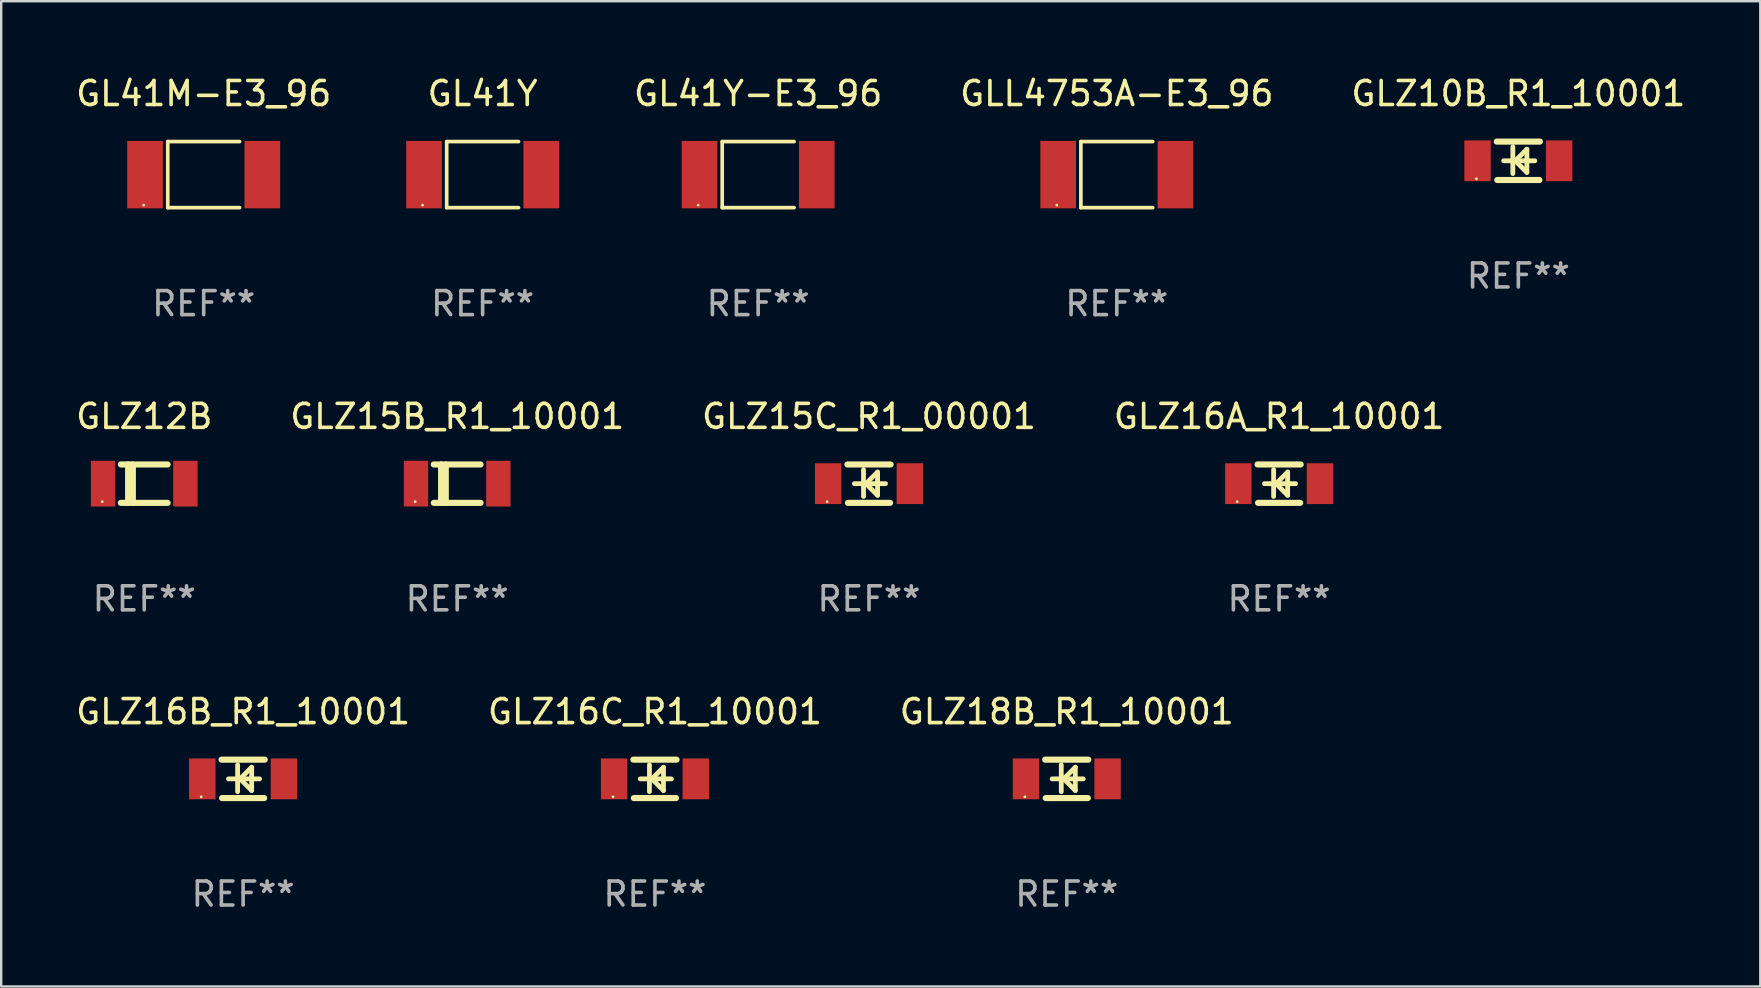
<source format=kicad_pcb>
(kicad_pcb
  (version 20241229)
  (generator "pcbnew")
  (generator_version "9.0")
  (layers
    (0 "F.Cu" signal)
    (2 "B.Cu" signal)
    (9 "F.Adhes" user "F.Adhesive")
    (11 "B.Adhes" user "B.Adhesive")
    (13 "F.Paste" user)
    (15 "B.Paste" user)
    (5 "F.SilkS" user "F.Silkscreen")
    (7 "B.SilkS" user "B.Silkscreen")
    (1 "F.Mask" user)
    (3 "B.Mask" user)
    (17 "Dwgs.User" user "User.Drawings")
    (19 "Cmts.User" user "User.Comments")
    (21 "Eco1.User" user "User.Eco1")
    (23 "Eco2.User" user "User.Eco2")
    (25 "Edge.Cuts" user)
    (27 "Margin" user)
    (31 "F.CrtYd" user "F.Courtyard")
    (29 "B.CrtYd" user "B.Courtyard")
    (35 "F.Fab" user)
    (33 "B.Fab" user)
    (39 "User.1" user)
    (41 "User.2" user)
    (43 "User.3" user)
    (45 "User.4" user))
  (footprint "GLZ15C_R1_00001"
    (layer "F.Cu")
    (at 33.149 17.097)
    (property "Reference" "GLZ15C_R1_00001" (at 0 -2.8 0) (layer "F.SilkS") (effects (font (size 1 1) (thickness 0.15))))
    (attr through_hole)
    (fp_line (start -0.9 -0.8) (end 0.9 -0.8) (stroke (width 0.254) (type solid)) (layer "F.SilkS"))
    (fp_line (start -0.878 0.8) (end 0.878 0.8) (stroke (width 0.254) (type solid)) (layer "F.SilkS"))
    (fp_line (start -0.61 0) (end 0.686 0) (stroke (width 0.2) (type solid)) (layer "F.SilkS"))
    (fp_line (start -0.229 -0.584) (end -0.229 0.533) (stroke (width 0.2) (type solid)) (layer "F.SilkS"))
    (fp_line (start -0.127 0) (end 0.356 -0.483) (stroke (width 0.2) (type solid)) (layer "F.SilkS"))
    (fp_line (start 0.356 -0.483) (end 0.356 0.483) (stroke (width 0.2) (type solid)) (layer "F.SilkS"))
    (fp_line (start 0.356 0.483) (end -0.102 0.025) (stroke (width 0.2) (type solid)) (layer "F.SilkS"))
    (fp_circle (center -1.746 0.75) (end -1.716 0.75) (stroke (width 0.06) (type solid)) (fill no) (layer "F.SilkS"))
    (fp_text user "REF**" (at 0 4.8 0) (layer "F.Fab") (effects (font (size 1 1) (thickness 0.15))))
    (pad "1" smd rect (at -1.7 0 180) (size 1.1 1.7) (layers "F.Cu" "F.Mask" "F.Paste"))
    (pad "2" smd rect (at 1.7 0 180) (size 1.1 1.7) (layers "F.Cu" "F.Mask" "F.Paste")))
  (footprint "GLZ16C_R1_10001"
    (layer "F.Cu")
    (at 24.232 29.394)
    (property "Reference" "GLZ16C_R1_10001" (at 0 -2.8 0) (layer "F.SilkS") (effects (font (size 1 1) (thickness 0.15))))
    (attr through_hole)
    (fp_line (start -0.9 -0.8) (end 0.9 -0.8) (stroke (width 0.254) (type solid)) (layer "F.SilkS"))
    (fp_line (start -0.878 0.8) (end 0.878 0.8) (stroke (width 0.254) (type solid)) (layer "F.SilkS"))
    (fp_line (start -0.61 0) (end 0.686 0) (stroke (width 0.2) (type solid)) (layer "F.SilkS"))
    (fp_line (start -0.229 -0.584) (end -0.229 0.533) (stroke (width 0.2) (type solid)) (layer "F.SilkS"))
    (fp_line (start -0.127 0) (end 0.356 -0.483) (stroke (width 0.2) (type solid)) (layer "F.SilkS"))
    (fp_line (start 0.356 -0.483) (end 0.356 0.483) (stroke (width 0.2) (type solid)) (layer "F.SilkS"))
    (fp_line (start 0.356 0.483) (end -0.102 0.025) (stroke (width 0.2) (type solid)) (layer "F.SilkS"))
    (fp_circle (center -1.746 0.75) (end -1.716 0.75) (stroke (width 0.06) (type solid)) (fill no) (layer "F.SilkS"))
    (fp_text user "REF**" (at 0 4.8 0) (layer "F.Fab") (effects (font (size 1 1) (thickness 0.15))))
    (pad "1" smd rect (at -1.7 0 180) (size 1.1 1.7) (layers "F.Cu" "F.Mask" "F.Paste"))
    (pad "2" smd rect (at 1.7 0 180) (size 1.1 1.7) (layers "F.Cu" "F.Mask" "F.Paste")))
  (footprint "GL41Y"
    (layer "F.Cu")
    (at 17.054 4.224)
    (property "Reference" "GL41Y" (at 0 -3.376 0) (layer "F.SilkS") (effects (font (size 1 1) (thickness 0.15))))
    (attr through_hole)
    (fp_line (start -1.497 -1.376) (end -1.497 1.376) (stroke (width 0.152) (type solid)) (layer "F.SilkS"))
    (fp_line (start -1.497 -1.376) (end 1.497 -1.376) (stroke (width 0.152) (type solid)) (layer "F.SilkS"))
    (fp_line (start -1.497 1.376) (end 1.497 1.376) (stroke (width 0.152) (type solid)) (layer "F.SilkS"))
    (fp_circle (center -2.5 1.27) (end -2.47 1.27) (stroke (width 0.06) (type solid)) (fill no) (layer "F.SilkS"))
    (fp_text user "REF**" (at 0 5.376 0) (layer "F.Fab") (effects (font (size 1 1) (thickness 0.15))))
    (pad "1" smd rect (at -2.442 0 180) (size 1.485 2.808) (layers "F.Cu" "F.Mask" "F.Paste"))
    (pad "2" smd rect (at 2.442 0 180) (size 1.485 2.808) (layers "F.Cu" "F.Mask" "F.Paste")))
  (footprint "GLZ18B_R1_10001"
    (layer "F.Cu")
    (at 41.387 29.394)
    (property "Reference" "GLZ18B_R1_10001" (at 0 -2.8 0) (layer "F.SilkS") (effects (font (size 1 1) (thickness 0.15))))
    (attr through_hole)
    (fp_line (start -0.9 -0.8) (end 0.9 -0.8) (stroke (width 0.254) (type solid)) (layer "F.SilkS"))
    (fp_line (start -0.878 0.8) (end 0.878 0.8) (stroke (width 0.254) (type solid)) (layer "F.SilkS"))
    (fp_line (start -0.61 0) (end 0.686 0) (stroke (width 0.2) (type solid)) (layer "F.SilkS"))
    (fp_line (start -0.229 -0.584) (end -0.229 0.533) (stroke (width 0.2) (type solid)) (layer "F.SilkS"))
    (fp_line (start -0.127 0) (end 0.356 -0.483) (stroke (width 0.2) (type solid)) (layer "F.SilkS"))
    (fp_line (start 0.356 -0.483) (end 0.356 0.483) (stroke (width 0.2) (type solid)) (layer "F.SilkS"))
    (fp_line (start 0.356 0.483) (end -0.102 0.025) (stroke (width 0.2) (type solid)) (layer "F.SilkS"))
    (fp_circle (center -1.746 0.75) (end -1.716 0.75) (stroke (width 0.06) (type solid)) (fill no) (layer "F.SilkS"))
    (fp_text user "REF**" (at 0 4.8 0) (layer "F.Fab") (effects (font (size 1 1) (thickness 0.15))))
    (pad "1" smd rect (at -1.7 0 180) (size 1.1 1.7) (layers "F.Cu" "F.Mask" "F.Paste"))
    (pad "2" smd rect (at 1.7 0 180) (size 1.1 1.7) (layers "F.Cu" "F.Mask" "F.Paste")))
  (footprint "GLZ12B"
    (layer "F.Cu")
    (at 2.958 17.097)
    (property "Reference" "GLZ12B" (at 0 -2.8 0) (layer "F.SilkS") (effects (font (size 1 1) (thickness 0.15))))
    (attr through_hole)
    (fp_line (start -0.975 -0.8) (end 0.975 -0.8) (stroke (width 0.254) (type solid)) (layer "F.SilkS"))
    (fp_line (start -0.975 0.8) (end 0.975 0.8) (stroke (width 0.254) (type solid)) (layer "F.SilkS"))
    (fp_line (start -0.671 -0.8) (end -0.671 0.8) (stroke (width 0.254) (type solid)) (layer "F.SilkS"))
    (fp_line (start -0.474 -0.8) (end -0.474 0.8) (stroke (width 0.254) (type solid)) (layer "F.SilkS"))
    (fp_circle (center -1.75 0.75) (end -1.72 0.75) (stroke (width 0.06) (type solid)) (fill no) (layer "F.SilkS"))
    (fp_text user "REF**" (at 0 4.8 0) (layer "F.Fab") (effects (font (size 1 1) (thickness 0.15))))
    (pad "1" smd rect (at -1.715 0 180) (size 1.016 1.905) (layers "F.Cu" "F.Mask" "F.Paste"))
    (pad "2" smd rect (at 1.715 0 180) (size 1.016 1.905) (layers "F.Cu" "F.Mask" "F.Paste")))
  (footprint "GL41M-E3_96"
    (layer "F.Cu")
    (at 5.435 4.224)
    (property "Reference" "GL41M-E3_96" (at 0 -3.376 0) (layer "F.SilkS") (effects (font (size 1 1) (thickness 0.15))))
    (attr through_hole)
    (fp_line (start -1.497 -1.376) (end -1.497 1.376) (stroke (width 0.152) (type solid)) (layer "F.SilkS"))
    (fp_line (start -1.497 -1.376) (end 1.497 -1.376) (stroke (width 0.152) (type solid)) (layer "F.SilkS"))
    (fp_line (start -1.497 1.376) (end 1.497 1.376) (stroke (width 0.152) (type solid)) (layer "F.SilkS"))
    (fp_circle (center -2.5 1.27) (end -2.47 1.27) (stroke (width 0.06) (type solid)) (fill no) (layer "F.SilkS"))
    (fp_text user "REF**" (at 0 5.376 0) (layer "F.Fab") (effects (font (size 1 1) (thickness 0.15))))
    (pad "1" smd rect (at -2.442 0 180) (size 1.485 2.808) (layers "F.Cu" "F.Mask" "F.Paste"))
    (pad "2" smd rect (at 2.442 0 180) (size 1.485 2.808) (layers "F.Cu" "F.Mask" "F.Paste")))
  (footprint "GLL4753A-E3_96"
    (layer "F.Cu")
    (at 43.471 4.224)
    (property "Reference" "GLL4753A-E3_96" (at 0 -3.376 0) (layer "F.SilkS") (effects (font (size 1 1) (thickness 0.15))))
    (attr through_hole)
    (fp_line (start -1.497 -1.376) (end -1.497 1.376) (stroke (width 0.152) (type solid)) (layer "F.SilkS"))
    (fp_line (start -1.497 -1.376) (end 1.497 -1.376) (stroke (width 0.152) (type solid)) (layer "F.SilkS"))
    (fp_line (start -1.497 1.376) (end 1.497 1.376) (stroke (width 0.152) (type solid)) (layer "F.SilkS"))
    (fp_circle (center -2.5 1.27) (end -2.47 1.27) (stroke (width 0.06) (type solid)) (fill no) (layer "F.SilkS"))
    (fp_text user "REF**" (at 0 5.376 0) (layer "F.Fab") (effects (font (size 1 1) (thickness 0.15))))
    (pad "1" smd rect (at -2.442 0 180) (size 1.485 2.808) (layers "F.Cu" "F.Mask" "F.Paste"))
    (pad "2" smd rect (at 2.442 0 180) (size 1.485 2.808) (layers "F.Cu" "F.Mask" "F.Paste")))
  (footprint "GLZ16B_R1_10001"
    (layer "F.Cu")
    (at 7.077 29.394)
    (property "Reference" "GLZ16B_R1_10001" (at 0 -2.8 0) (layer "F.SilkS") (effects (font (size 1 1) (thickness 0.15))))
    (attr through_hole)
    (fp_line (start -0.9 -0.8) (end 0.9 -0.8) (stroke (width 0.254) (type solid)) (layer "F.SilkS"))
    (fp_line (start -0.878 0.8) (end 0.878 0.8) (stroke (width 0.254) (type solid)) (layer "F.SilkS"))
    (fp_line (start -0.61 0) (end 0.686 0) (stroke (width 0.2) (type solid)) (layer "F.SilkS"))
    (fp_line (start -0.229 -0.584) (end -0.229 0.533) (stroke (width 0.2) (type solid)) (layer "F.SilkS"))
    (fp_line (start -0.127 0) (end 0.356 -0.483) (stroke (width 0.2) (type solid)) (layer "F.SilkS"))
    (fp_line (start 0.356 -0.483) (end 0.356 0.483) (stroke (width 0.2) (type solid)) (layer "F.SilkS"))
    (fp_line (start 0.356 0.483) (end -0.102 0.025) (stroke (width 0.2) (type solid)) (layer "F.SilkS"))
    (fp_circle (center -1.746 0.75) (end -1.716 0.75) (stroke (width 0.06) (type solid)) (fill no) (layer "F.SilkS"))
    (fp_text user "REF**" (at 0 4.8 0) (layer "F.Fab") (effects (font (size 1 1) (thickness 0.15))))
    (pad "1" smd rect (at -1.7 0 180) (size 1.1 1.7) (layers "F.Cu" "F.Mask" "F.Paste"))
    (pad "2" smd rect (at 1.7 0 180) (size 1.1 1.7) (layers "F.Cu" "F.Mask" "F.Paste")))
  (footprint "GL41Y-E3_96"
    (layer "F.Cu")
    (at 28.531 4.224)
    (property "Reference" "GL41Y-E3_96" (at 0 -3.376 0) (layer "F.SilkS") (effects (font (size 1 1) (thickness 0.15))))
    (attr through_hole)
    (fp_line (start -1.497 -1.376) (end -1.497 1.376) (stroke (width 0.152) (type solid)) (layer "F.SilkS"))
    (fp_line (start -1.497 -1.376) (end 1.497 -1.376) (stroke (width 0.152) (type solid)) (layer "F.SilkS"))
    (fp_line (start -1.497 1.376) (end 1.497 1.376) (stroke (width 0.152) (type solid)) (layer "F.SilkS"))
    (fp_circle (center -2.5 1.27) (end -2.47 1.27) (stroke (width 0.06) (type solid)) (fill no) (layer "F.SilkS"))
    (fp_text user "REF**" (at 0 5.376 0) (layer "F.Fab") (effects (font (size 1 1) (thickness 0.15))))
    (pad "1" smd rect (at -2.442 0 180) (size 1.485 2.808) (layers "F.Cu" "F.Mask" "F.Paste"))
    (pad "2" smd rect (at 2.442 0 180) (size 1.485 2.808) (layers "F.Cu" "F.Mask" "F.Paste")))
  (footprint "GLZ10B_R1_10001"
    (layer "F.Cu")
    (at 60.197 3.648)
    (property "Reference" "GLZ10B_R1_10001" (at 0 -2.8 0) (layer "F.SilkS") (effects (font (size 1 1) (thickness 0.15))))
    (attr through_hole)
    (fp_line (start -0.9 -0.8) (end 0.9 -0.8) (stroke (width 0.254) (type solid)) (layer "F.SilkS"))
    (fp_line (start -0.878 0.8) (end 0.878 0.8) (stroke (width 0.254) (type solid)) (layer "F.SilkS"))
    (fp_line (start -0.61 0) (end 0.686 0) (stroke (width 0.2) (type solid)) (layer "F.SilkS"))
    (fp_line (start -0.229 -0.584) (end -0.229 0.533) (stroke (width 0.2) (type solid)) (layer "F.SilkS"))
    (fp_line (start -0.127 0) (end 0.355 -0.483) (stroke (width 0.2) (type solid)) (layer "F.SilkS"))
    (fp_line (start 0.355 -0.483) (end 0.355 0.483) (stroke (width 0.2) (type solid)) (layer "F.SilkS"))
    (fp_line (start 0.355 0.483) (end -0.102 0.025) (stroke (width 0.2) (type solid)) (layer "F.SilkS"))
    (fp_circle (center -1.746 0.75) (end -1.716 0.75) (stroke (width 0.06) (type solid)) (fill no) (layer "F.SilkS"))
    (fp_text user "REF**" (at 0 4.8 0) (layer "F.Fab") (effects (font (size 1 1) (thickness 0.15))))
    (pad "1" smd rect (at -1.7 -0.000025 180) (size 1.1 1.7) (layers "F.Cu" "F.Mask" "F.Paste"))
    (pad "2" smd rect (at 1.7 -0.000025 180) (size 1.1 1.7) (layers "F.Cu" "F.Mask" "F.Paste")))
  (footprint "GLZ15B_R1_10001"
    (layer "F.Cu")
    (at 15.994 17.097)
    (property "Reference" "GLZ15B_R1_10001" (at 0 -2.8 0) (layer "F.SilkS") (effects (font (size 1 1) (thickness 0.15))))
    (attr through_hole)
    (fp_line (start -0.975 -0.8) (end 0.975 -0.8) (stroke (width 0.254) (type solid)) (layer "F.SilkS"))
    (fp_line (start -0.975 0.8) (end 0.975 0.8) (stroke (width 0.254) (type solid)) (layer "F.SilkS"))
    (fp_line (start -0.671 -0.8) (end -0.671 0.8) (stroke (width 0.254) (type solid)) (layer "F.SilkS"))
    (fp_line (start -0.474 -0.8) (end -0.474 0.8) (stroke (width 0.254) (type solid)) (layer "F.SilkS"))
    (fp_circle (center -1.75 0.75) (end -1.72 0.75) (stroke (width 0.06) (type solid)) (fill no) (layer "F.SilkS"))
    (fp_text user "REF**" (at 0 4.8 0) (layer "F.Fab") (effects (font (size 1 1) (thickness 0.15))))
    (pad "1" smd rect (at -1.715 0 180) (size 1.016 1.905) (layers "F.Cu" "F.Mask" "F.Paste"))
    (pad "2" smd rect (at 1.715 0 180) (size 1.016 1.905) (layers "F.Cu" "F.Mask" "F.Paste")))
  (footprint "GLZ16A_R1_10001"
    (layer "F.Cu")
    (at 50.232 17.097)
    (property "Reference" "GLZ16A_R1_10001" (at 0 -2.8 0) (layer "F.SilkS") (effects (font (size 1 1) (thickness 0.15))))
    (attr through_hole)
    (fp_line (start -0.9 -0.8) (end 0.9 -0.8) (stroke (width 0.254) (type solid)) (layer "F.SilkS"))
    (fp_line (start -0.878 0.8) (end 0.878 0.8) (stroke (width 0.254) (type solid)) (layer "F.SilkS"))
    (fp_line (start -0.61 0) (end 0.686 0) (stroke (width 0.2) (type solid)) (layer "F.SilkS"))
    (fp_line (start -0.229 -0.584) (end -0.229 0.533) (stroke (width 0.2) (type solid)) (layer "F.SilkS"))
    (fp_line (start -0.127 0) (end 0.356 -0.483) (stroke (width 0.2) (type solid)) (layer "F.SilkS"))
    (fp_line (start 0.356 -0.483) (end 0.356 0.483) (stroke (width 0.2) (type solid)) (layer "F.SilkS"))
    (fp_line (start 0.356 0.483) (end -0.102 0.025) (stroke (width 0.2) (type solid)) (layer "F.SilkS"))
    (fp_circle (center -1.746 0.75) (end -1.716 0.75) (stroke (width 0.06) (type solid)) (fill no) (layer "F.SilkS"))
    (fp_text user "REF**" (at 0 4.8 0) (layer "F.Fab") (effects (font (size 1 1) (thickness 0.15))))
    (pad "1" smd rect (at -1.7 0 180) (size 1.1 1.7) (layers "F.Cu" "F.Mask" "F.Paste"))
    (pad "2" smd rect (at 1.7 0 180) (size 1.1 1.7) (layers "F.Cu" "F.Mask" "F.Paste")))
  (gr_rect
    (start -3 -3)
    (end 70.275 38.042)
    (stroke (width 0.1) (type default))
    (fill no)
    (layer "Edge.Cuts")))
</source>
